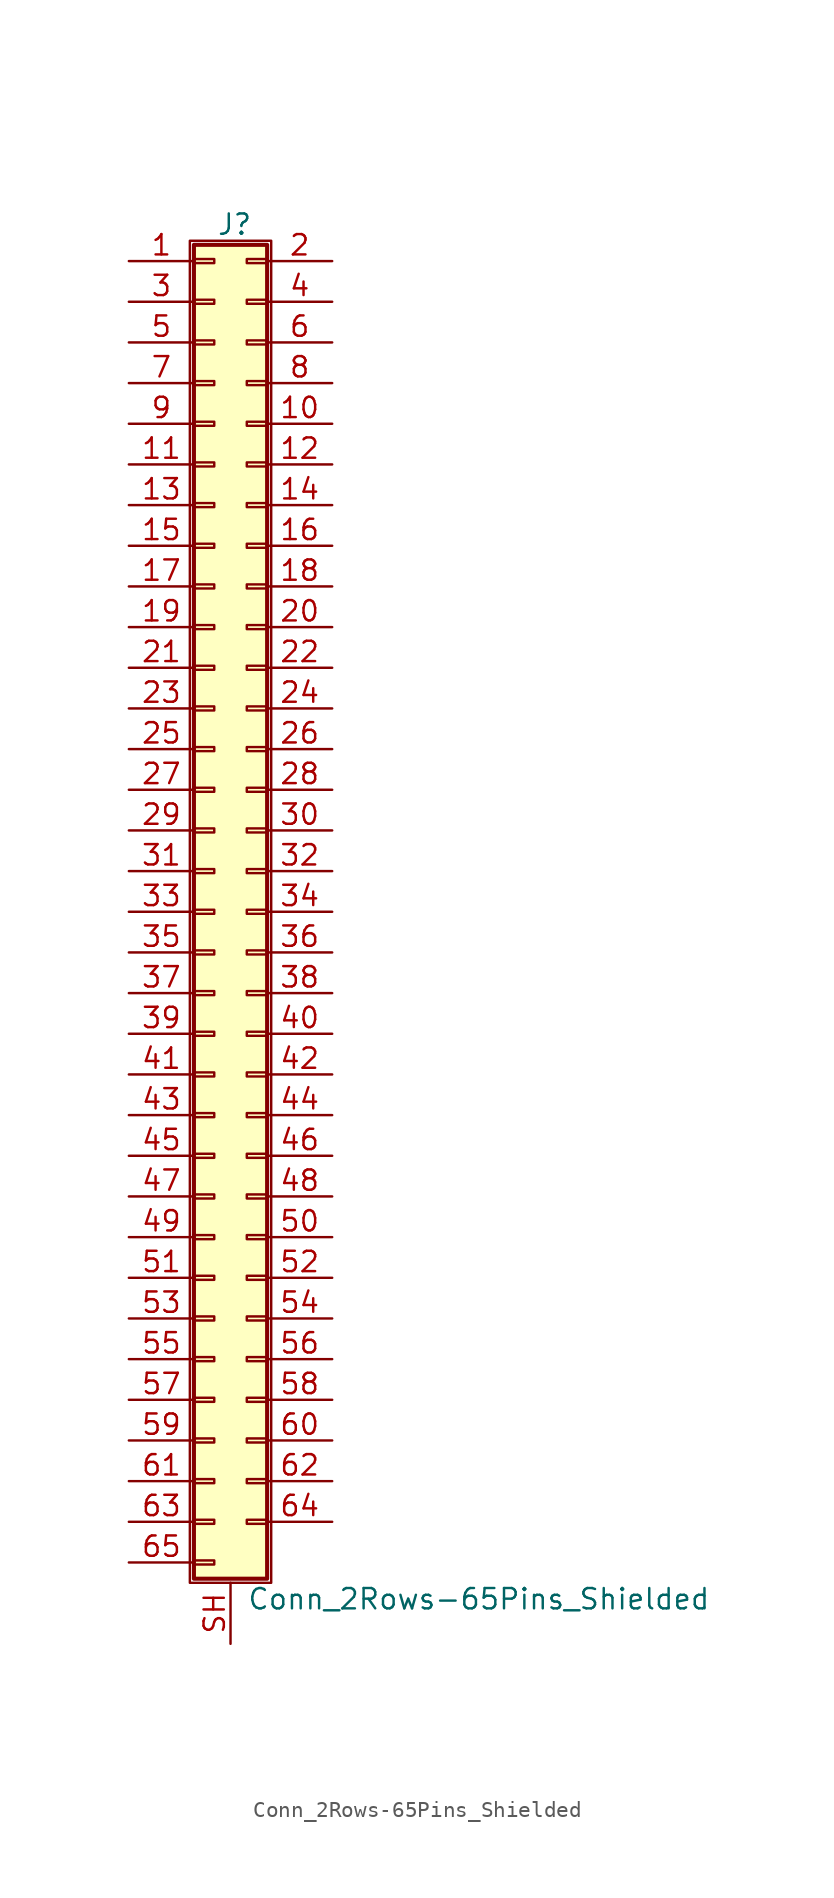
<source format=kicad_sym>
(kicad_symbol_lib
  (version 20211014)
  (generator kicad_symbol_editor)
  (symbol "Conn_2Rows-65Pins_Shielded"
    (pin_names
      (offset 1.016) hide)
    (property "Reference" "J"
      (at 1.524 42.926 0)
      (effects (font (size 1.27 1.27))))
    (property "Value" "Conn_2Rows-65Pins_Shielded"
      (at 2.286 -42.926 0)
      (effects (font (size 1.27 1.27)) (justify left)))
    (symbol "Conn_2Rows-65Pins_Shielded_1_1"
      (rectangle (start -1.27 41.91) (end 3.81 -41.91) (stroke (width 0.152) (type default) (color 0 0 0 0)) (fill (type none)))
      (rectangle (start -1.016 -40.513) (end 0.254 -40.767) (stroke (width 0.152) (type default) (color 0 0 0 0)) (fill (type none)))
      (rectangle (start -1.016 -37.973) (end 0.254 -38.227) (stroke (width 0.152) (type default) (color 0 0 0 0)) (fill (type none)))
      (rectangle (start -1.016 -35.433) (end 0.254 -35.687) (stroke (width 0.152) (type default) (color 0 0 0 0)) (fill (type none)))
      (rectangle (start -1.016 -32.893) (end 0.254 -33.147) (stroke (width 0.152) (type default) (color 0 0 0 0)) (fill (type none)))
      (rectangle (start -1.016 -30.353) (end 0.254 -30.607) (stroke (width 0.152) (type default) (color 0 0 0 0)) (fill (type none)))
      (rectangle (start -1.016 -27.813) (end 0.254 -28.067) (stroke (width 0.152) (type default) (color 0 0 0 0)) (fill (type none)))
      (rectangle (start -1.016 -25.273) (end 0.254 -25.527) (stroke (width 0.152) (type default) (color 0 0 0 0)) (fill (type none)))
      (rectangle (start -1.016 -22.733) (end 0.254 -22.987) (stroke (width 0.152) (type default) (color 0 0 0 0)) (fill (type none)))
      (rectangle (start -1.016 -20.193) (end 0.254 -20.447) (stroke (width 0.152) (type default) (color 0 0 0 0)) (fill (type none)))
      (rectangle (start -1.016 -17.653) (end 0.254 -17.907) (stroke (width 0.152) (type default) (color 0 0 0 0)) (fill (type none)))
      (rectangle (start -1.016 -15.113) (end 0.254 -15.367) (stroke (width 0.152) (type default) (color 0 0 0 0)) (fill (type none)))
      (rectangle (start -1.016 -12.573) (end 0.254 -12.827) (stroke (width 0.152) (type default) (color 0 0 0 0)) (fill (type none)))
      (rectangle (start -1.016 -10.033) (end 0.254 -10.287) (stroke (width 0.152) (type default) (color 0 0 0 0)) (fill (type none)))
      (rectangle (start -1.016 -7.493) (end 0.254 -7.747) (stroke (width 0.152) (type default) (color 0 0 0 0)) (fill (type none)))
      (rectangle (start -1.016 -4.953) (end 0.254 -5.207) (stroke (width 0.152) (type default) (color 0 0 0 0)) (fill (type none)))
      (rectangle (start -1.016 -2.413) (end 0.254 -2.667) (stroke (width 0.152) (type default) (color 0 0 0 0)) (fill (type none)))
      (rectangle (start -1.016 0.127) (end 0.254 -0.127) (stroke (width 0.152) (type default) (color 0 0 0 0)) (fill (type none)))
      (rectangle (start -1.016 2.667) (end 0.254 2.413) (stroke (width 0.152) (type default) (color 0 0 0 0)) (fill (type none)))
      (rectangle (start -1.016 5.207) (end 0.254 4.953) (stroke (width 0.152) (type default) (color 0 0 0 0)) (fill (type none)))
      (rectangle (start -1.016 7.747) (end 0.254 7.493) (stroke (width 0.152) (type default) (color 0 0 0 0)) (fill (type none)))
      (rectangle (start -1.016 10.287) (end 0.254 10.033) (stroke (width 0.152) (type default) (color 0 0 0 0)) (fill (type none)))
      (rectangle (start -1.016 12.827) (end 0.254 12.573) (stroke (width 0.152) (type default) (color 0 0 0 0)) (fill (type none)))
      (rectangle (start -1.016 15.367) (end 0.254 15.113) (stroke (width 0.152) (type default) (color 0 0 0 0)) (fill (type none)))
      (rectangle (start -1.016 17.907) (end 0.254 17.653) (stroke (width 0.152) (type default) (color 0 0 0 0)) (fill (type none)))
      (rectangle (start -1.016 20.447) (end 0.254 20.193) (stroke (width 0.152) (type default) (color 0 0 0 0)) (fill (type none)))
      (rectangle (start -1.016 22.987) (end 0.254 22.733) (stroke (width 0.152) (type default) (color 0 0 0 0)) (fill (type none)))
      (rectangle (start -1.016 25.527) (end 0.254 25.273) (stroke (width 0.152) (type default) (color 0 0 0 0)) (fill (type none)))
      (rectangle (start -1.016 28.067) (end 0.254 27.813) (stroke (width 0.152) (type default) (color 0 0 0 0)) (fill (type none)))
      (rectangle (start -1.016 30.607) (end 0.254 30.353) (stroke (width 0.152) (type default) (color 0 0 0 0)) (fill (type none)))
      (rectangle (start -1.016 33.147) (end 0.254 32.893) (stroke (width 0.152) (type default) (color 0 0 0 0)) (fill (type none)))
      (rectangle (start -1.016 35.687) (end 0.254 35.433) (stroke (width 0.152) (type default) (color 0 0 0 0)) (fill (type none)))
      (rectangle (start -1.016 38.227) (end 0.254 37.973) (stroke (width 0.152) (type default) (color 0 0 0 0)) (fill (type none)))
      (rectangle (start -1.016 40.767) (end 0.254 40.513) (stroke (width 0.152) (type default) (color 0 0 0 0)) (fill (type none)))
      (rectangle (start -1.016 41.656) (end 3.556 -41.656) (stroke (width 0.254) (type default) (color 0 0 0 0)) (fill (type background)))
      (rectangle (start 3.556 -37.973) (end 2.286 -38.227) (stroke (width 0.152) (type default) (color 0 0 0 0)) (fill (type none)))
      (rectangle (start 3.556 -35.433) (end 2.286 -35.687) (stroke (width 0.152) (type default) (color 0 0 0 0)) (fill (type none)))
      (rectangle (start 3.556 -32.893) (end 2.286 -33.147) (stroke (width 0.152) (type default) (color 0 0 0 0)) (fill (type none)))
      (rectangle (start 3.556 -30.353) (end 2.286 -30.607) (stroke (width 0.152) (type default) (color 0 0 0 0)) (fill (type none)))
      (rectangle (start 3.556 -27.813) (end 2.286 -28.067) (stroke (width 0.152) (type default) (color 0 0 0 0)) (fill (type none)))
      (rectangle (start 3.556 -25.273) (end 2.286 -25.527) (stroke (width 0.152) (type default) (color 0 0 0 0)) (fill (type none)))
      (rectangle (start 3.556 -22.733) (end 2.286 -22.987) (stroke (width 0.152) (type default) (color 0 0 0 0)) (fill (type none)))
      (rectangle (start 3.556 -20.193) (end 2.286 -20.447) (stroke (width 0.152) (type default) (color 0 0 0 0)) (fill (type none)))
      (rectangle (start 3.556 -17.653) (end 2.286 -17.907) (stroke (width 0.152) (type default) (color 0 0 0 0)) (fill (type none)))
      (rectangle (start 3.556 -15.113) (end 2.286 -15.367) (stroke (width 0.152) (type default) (color 0 0 0 0)) (fill (type none)))
      (rectangle (start 3.556 -12.573) (end 2.286 -12.827) (stroke (width 0.152) (type default) (color 0 0 0 0)) (fill (type none)))
      (rectangle (start 3.556 -10.033) (end 2.286 -10.287) (stroke (width 0.152) (type default) (color 0 0 0 0)) (fill (type none)))
      (rectangle (start 3.556 -7.493) (end 2.286 -7.747) (stroke (width 0.152) (type default) (color 0 0 0 0)) (fill (type none)))
      (rectangle (start 3.556 -4.953) (end 2.286 -5.207) (stroke (width 0.152) (type default) (color 0 0 0 0)) (fill (type none)))
      (rectangle (start 3.556 -2.413) (end 2.286 -2.667) (stroke (width 0.152) (type default) (color 0 0 0 0)) (fill (type none)))
      (rectangle (start 3.556 0.127) (end 2.286 -0.127) (stroke (width 0.152) (type default) (color 0 0 0 0)) (fill (type none)))
      (rectangle (start 3.556 2.667) (end 2.286 2.413) (stroke (width 0.152) (type default) (color 0 0 0 0)) (fill (type none)))
      (rectangle (start 3.556 5.207) (end 2.286 4.953) (stroke (width 0.152) (type default) (color 0 0 0 0)) (fill (type none)))
      (rectangle (start 3.556 7.747) (end 2.286 7.493) (stroke (width 0.152) (type default) (color 0 0 0 0)) (fill (type none)))
      (rectangle (start 3.556 10.287) (end 2.286 10.033) (stroke (width 0.152) (type default) (color 0 0 0 0)) (fill (type none)))
      (rectangle (start 3.556 12.827) (end 2.286 12.573) (stroke (width 0.152) (type default) (color 0 0 0 0)) (fill (type none)))
      (rectangle (start 3.556 15.367) (end 2.286 15.113) (stroke (width 0.152) (type default) (color 0 0 0 0)) (fill (type none)))
      (rectangle (start 3.556 17.907) (end 2.286 17.653) (stroke (width 0.152) (type default) (color 0 0 0 0)) (fill (type none)))
      (rectangle (start 3.556 20.447) (end 2.286 20.193) (stroke (width 0.152) (type default) (color 0 0 0 0)) (fill (type none)))
      (rectangle (start 3.556 22.987) (end 2.286 22.733) (stroke (width 0.152) (type default) (color 0 0 0 0)) (fill (type none)))
      (rectangle (start 3.556 25.527) (end 2.286 25.273) (stroke (width 0.152) (type default) (color 0 0 0 0)) (fill (type none)))
      (rectangle (start 3.556 28.067) (end 2.286 27.813) (stroke (width 0.152) (type default) (color 0 0 0 0)) (fill (type none)))
      (rectangle (start 3.556 30.607) (end 2.286 30.353) (stroke (width 0.152) (type default) (color 0 0 0 0)) (fill (type none)))
      (rectangle (start 3.556 33.147) (end 2.286 32.893) (stroke (width 0.152) (type default) (color 0 0 0 0)) (fill (type none)))
      (rectangle (start 3.556 35.687) (end 2.286 35.433) (stroke (width 0.152) (type default) (color 0 0 0 0)) (fill (type none)))
      (rectangle (start 3.556 38.227) (end 2.286 37.973) (stroke (width 0.152) (type default) (color 0 0 0 0)) (fill (type none)))
      (rectangle (start 3.556 40.767) (end 2.286 40.513) (stroke (width 0.152) (type default) (color 0 0 0 0)) (fill (type none)))
      (pin passive line (at -5.08 40.64 0) (length 4.064) (name "Pin_1" (effects (font (size 1.27 1.27)))) (number "1" (effects (font (size 1.27 1.27)))))
      (pin passive line (at 7.62 30.48 180) (length 4.064) (name "Pin_10" (effects (font (size 1.27 1.27)))) (number "10" (effects (font (size 1.27 1.27)))))
      (pin passive line (at -5.08 27.94 0) (length 4.064) (name "Pin_11" (effects (font (size 1.27 1.27)))) (number "11" (effects (font (size 1.27 1.27)))))
      (pin passive line (at 7.62 27.94 180) (length 4.064) (name "Pin_12" (effects (font (size 1.27 1.27)))) (number "12" (effects (font (size 1.27 1.27)))))
      (pin passive line (at -5.08 25.4 0) (length 4.064) (name "Pin_13" (effects (font (size 1.27 1.27)))) (number "13" (effects (font (size 1.27 1.27)))))
      (pin passive line (at 7.62 25.4 180) (length 4.064) (name "Pin_14" (effects (font (size 1.27 1.27)))) (number "14" (effects (font (size 1.27 1.27)))))
      (pin passive line (at -5.08 22.86 0) (length 4.064) (name "Pin_15" (effects (font (size 1.27 1.27)))) (number "15" (effects (font (size 1.27 1.27)))))
      (pin passive line (at 7.62 22.86 180) (length 4.064) (name "Pin_16" (effects (font (size 1.27 1.27)))) (number "16" (effects (font (size 1.27 1.27)))))
      (pin passive line (at -5.08 20.32 0) (length 4.064) (name "Pin_17" (effects (font (size 1.27 1.27)))) (number "17" (effects (font (size 1.27 1.27)))))
      (pin passive line (at 7.62 20.32 180) (length 4.064) (name "Pin_18" (effects (font (size 1.27 1.27)))) (number "18" (effects (font (size 1.27 1.27)))))
      (pin passive line (at -5.08 17.78 0) (length 4.064) (name "Pin_19" (effects (font (size 1.27 1.27)))) (number "19" (effects (font (size 1.27 1.27)))))
      (pin passive line (at 7.62 40.64 180) (length 4.064) (name "Pin_2" (effects (font (size 1.27 1.27)))) (number "2" (effects (font (size 1.27 1.27)))))
      (pin passive line (at 7.62 17.78 180) (length 4.064) (name "Pin_20" (effects (font (size 1.27 1.27)))) (number "20" (effects (font (size 1.27 1.27)))))
      (pin passive line (at -5.08 15.24 0) (length 4.064) (name "Pin_21" (effects (font (size 1.27 1.27)))) (number "21" (effects (font (size 1.27 1.27)))))
      (pin passive line (at 7.62 15.24 180) (length 4.064) (name "Pin_22" (effects (font (size 1.27 1.27)))) (number "22" (effects (font (size 1.27 1.27)))))
      (pin passive line (at -5.08 12.7 0) (length 4.064) (name "Pin_23" (effects (font (size 1.27 1.27)))) (number "23" (effects (font (size 1.27 1.27)))))
      (pin passive line (at 7.62 12.7 180) (length 4.064) (name "Pin_24" (effects (font (size 1.27 1.27)))) (number "24" (effects (font (size 1.27 1.27)))))
      (pin passive line (at -5.08 10.16 0) (length 4.064) (name "Pin_25" (effects (font (size 1.27 1.27)))) (number "25" (effects (font (size 1.27 1.27)))))
      (pin passive line (at 7.62 10.16 180) (length 4.064) (name "Pin_26" (effects (font (size 1.27 1.27)))) (number "26" (effects (font (size 1.27 1.27)))))
      (pin passive line (at -5.08 7.62 0) (length 4.064) (name "Pin_27" (effects (font (size 1.27 1.27)))) (number "27" (effects (font (size 1.27 1.27)))))
      (pin passive line (at 7.62 7.62 180) (length 4.064) (name "Pin_28" (effects (font (size 1.27 1.27)))) (number "28" (effects (font (size 1.27 1.27)))))
      (pin passive line (at -5.08 5.08 0) (length 4.064) (name "Pin_29" (effects (font (size 1.27 1.27)))) (number "29" (effects (font (size 1.27 1.27)))))
      (pin passive line (at -5.08 38.1 0) (length 4.064) (name "Pin_3" (effects (font (size 1.27 1.27)))) (number "3" (effects (font (size 1.27 1.27)))))
      (pin passive line (at 7.62 5.08 180) (length 4.064) (name "Pin_30" (effects (font (size 1.27 1.27)))) (number "30" (effects (font (size 1.27 1.27)))))
      (pin passive line (at -5.08 2.54 0) (length 4.064) (name "Pin_31" (effects (font (size 1.27 1.27)))) (number "31" (effects (font (size 1.27 1.27)))))
      (pin passive line (at 7.62 2.54 180) (length 4.064) (name "Pin_32" (effects (font (size 1.27 1.27)))) (number "32" (effects (font (size 1.27 1.27)))))
      (pin passive line (at -5.08 0 0) (length 4.064) (name "Pin_33" (effects (font (size 1.27 1.27)))) (number "33" (effects (font (size 1.27 1.27)))))
      (pin passive line (at 7.62 0 180) (length 4.064) (name "Pin_34" (effects (font (size 1.27 1.27)))) (number "34" (effects (font (size 1.27 1.27)))))
      (pin passive line (at -5.08 -2.54 0) (length 4.064) (name "Pin_35" (effects (font (size 1.27 1.27)))) (number "35" (effects (font (size 1.27 1.27)))))
      (pin passive line (at 7.62 -2.54 180) (length 4.064) (name "Pin_36" (effects (font (size 1.27 1.27)))) (number "36" (effects (font (size 1.27 1.27)))))
      (pin passive line (at -5.08 -5.08 0) (length 4.064) (name "Pin_37" (effects (font (size 1.27 1.27)))) (number "37" (effects (font (size 1.27 1.27)))))
      (pin passive line (at 7.62 -5.08 180) (length 4.064) (name "Pin_38" (effects (font (size 1.27 1.27)))) (number "38" (effects (font (size 1.27 1.27)))))
      (pin passive line (at -5.08 -7.62 0) (length 4.064) (name "Pin_39" (effects (font (size 1.27 1.27)))) (number "39" (effects (font (size 1.27 1.27)))))
      (pin passive line (at 7.62 38.1 180) (length 4.064) (name "Pin_4" (effects (font (size 1.27 1.27)))) (number "4" (effects (font (size 1.27 1.27)))))
      (pin passive line (at 7.62 -7.62 180) (length 4.064) (name "Pin_40" (effects (font (size 1.27 1.27)))) (number "40" (effects (font (size 1.27 1.27)))))
      (pin passive line (at -5.08 -10.16 0) (length 4.064) (name "Pin_41" (effects (font (size 1.27 1.27)))) (number "41" (effects (font (size 1.27 1.27)))))
      (pin passive line (at 7.62 -10.16 180) (length 4.064) (name "Pin_42" (effects (font (size 1.27 1.27)))) (number "42" (effects (font (size 1.27 1.27)))))
      (pin passive line (at -5.08 -12.7 0) (length 4.064) (name "Pin_43" (effects (font (size 1.27 1.27)))) (number "43" (effects (font (size 1.27 1.27)))))
      (pin passive line (at 7.62 -12.7 180) (length 4.064) (name "Pin_44" (effects (font (size 1.27 1.27)))) (number "44" (effects (font (size 1.27 1.27)))))
      (pin passive line (at -5.08 -15.24 0) (length 4.064) (name "Pin_45" (effects (font (size 1.27 1.27)))) (number "45" (effects (font (size 1.27 1.27)))))
      (pin passive line (at 7.62 -15.24 180) (length 4.064) (name "Pin_46" (effects (font (size 1.27 1.27)))) (number "46" (effects (font (size 1.27 1.27)))))
      (pin passive line (at -5.08 -17.78 0) (length 4.064) (name "Pin_47" (effects (font (size 1.27 1.27)))) (number "47" (effects (font (size 1.27 1.27)))))
      (pin passive line (at 7.62 -17.78 180) (length 4.064) (name "Pin_48" (effects (font (size 1.27 1.27)))) (number "48" (effects (font (size 1.27 1.27)))))
      (pin passive line (at -5.08 -20.32 0) (length 4.064) (name "Pin_49" (effects (font (size 1.27 1.27)))) (number "49" (effects (font (size 1.27 1.27)))))
      (pin passive line (at -5.08 35.56 0) (length 4.064) (name "Pin_5" (effects (font (size 1.27 1.27)))) (number "5" (effects (font (size 1.27 1.27)))))
      (pin passive line (at 7.62 -20.32 180) (length 4.064) (name "Pin_50" (effects (font (size 1.27 1.27)))) (number "50" (effects (font (size 1.27 1.27)))))
      (pin passive line (at -5.08 -22.86 0) (length 4.064) (name "Pin_51" (effects (font (size 1.27 1.27)))) (number "51" (effects (font (size 1.27 1.27)))))
      (pin passive line (at 7.62 -22.86 180) (length 4.064) (name "Pin_52" (effects (font (size 1.27 1.27)))) (number "52" (effects (font (size 1.27 1.27)))))
      (pin passive line (at -5.08 -25.4 0) (length 4.064) (name "Pin_53" (effects (font (size 1.27 1.27)))) (number "53" (effects (font (size 1.27 1.27)))))
      (pin passive line (at 7.62 -25.4 180) (length 4.064) (name "Pin_54" (effects (font (size 1.27 1.27)))) (number "54" (effects (font (size 1.27 1.27)))))
      (pin passive line (at -5.08 -27.94 0) (length 4.064) (name "Pin_55" (effects (font (size 1.27 1.27)))) (number "55" (effects (font (size 1.27 1.27)))))
      (pin passive line (at 7.62 -27.94 180) (length 4.064) (name "Pin_56" (effects (font (size 1.27 1.27)))) (number "56" (effects (font (size 1.27 1.27)))))
      (pin passive line (at -5.08 -30.48 0) (length 4.064) (name "Pin_57" (effects (font (size 1.27 1.27)))) (number "57" (effects (font (size 1.27 1.27)))))
      (pin passive line (at 7.62 -30.48 180) (length 4.064) (name "Pin_58" (effects (font (size 1.27 1.27)))) (number "58" (effects (font (size 1.27 1.27)))))
      (pin passive line (at -5.08 -33.02 0) (length 4.064) (name "Pin_59" (effects (font (size 1.27 1.27)))) (number "59" (effects (font (size 1.27 1.27)))))
      (pin passive line (at 7.62 35.56 180) (length 4.064) (name "Pin_6" (effects (font (size 1.27 1.27)))) (number "6" (effects (font (size 1.27 1.27)))))
      (pin passive line (at 7.62 -33.02 180) (length 4.064) (name "Pin_60" (effects (font (size 1.27 1.27)))) (number "60" (effects (font (size 1.27 1.27)))))
      (pin passive line (at -5.08 -35.56 0) (length 4.064) (name "Pin_61" (effects (font (size 1.27 1.27)))) (number "61" (effects (font (size 1.27 1.27)))))
      (pin passive line (at 7.62 -35.56 180) (length 4.064) (name "Pin_62" (effects (font (size 1.27 1.27)))) (number "62" (effects (font (size 1.27 1.27)))))
      (pin passive line (at -5.08 -38.1 0) (length 4.064) (name "Pin_63" (effects (font (size 1.27 1.27)))) (number "63" (effects (font (size 1.27 1.27)))))
      (pin passive line (at 7.62 -38.1 180) (length 4.064) (name "Pin_64" (effects (font (size 1.27 1.27)))) (number "64" (effects (font (size 1.27 1.27)))))
      (pin passive line (at -5.08 -40.64 0) (length 4.064) (name "Pin_65" (effects (font (size 1.27 1.27)))) (number "65" (effects (font (size 1.27 1.27)))))
      (pin passive line (at -5.08 33.02 0) (length 4.064) (name "Pin_7" (effects (font (size 1.27 1.27)))) (number "7" (effects (font (size 1.27 1.27)))))
      (pin passive line (at 7.62 33.02 180) (length 4.064) (name "Pin_8" (effects (font (size 1.27 1.27)))) (number "8" (effects (font (size 1.27 1.27)))))
      (pin passive line (at -5.08 30.48 0) (length 4.064) (name "Pin_9" (effects (font (size 1.27 1.27)))) (number "9" (effects (font (size 1.27 1.27)))))
      (pin passive line (at 1.27 -45.72 90) (length 3.81) (name "Shield" (effects (font (size 1.27 1.27)))) (number "SH" (effects (font (size 1.27 1.27))))))))
</source>
